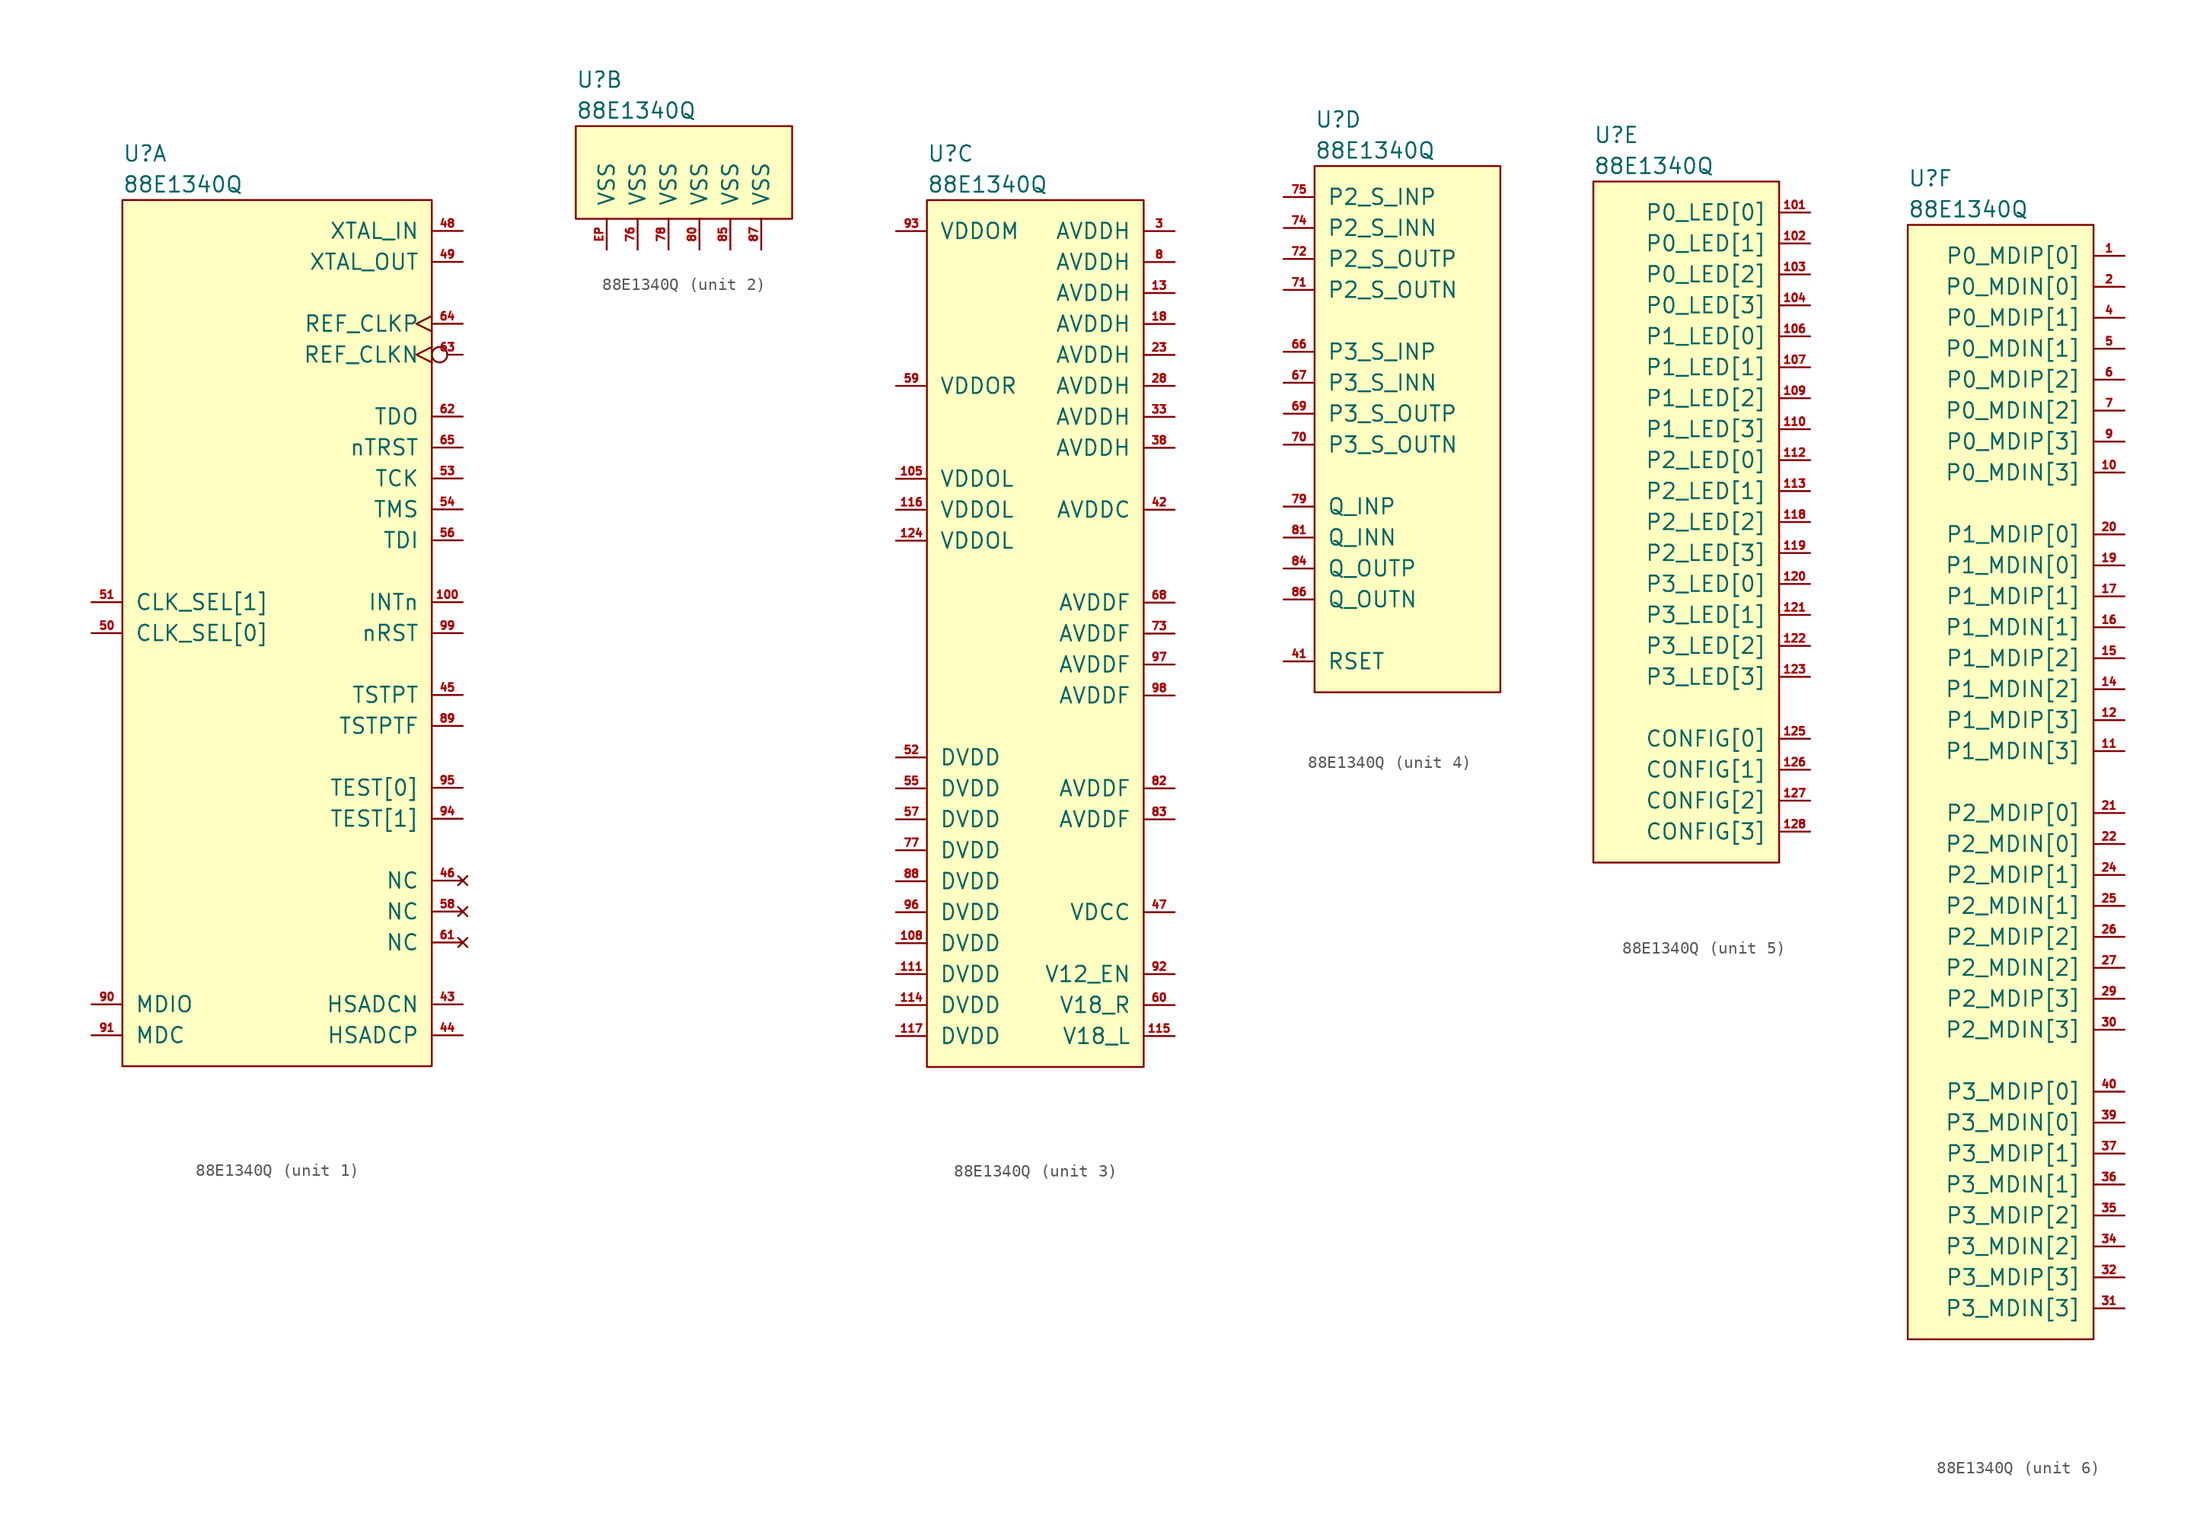
<source format=kicad_sym>
(kicad_symbol_lib
  (version 20211014)
  (generator kicad_symbol_editor)
  (symbol "88E1340Q"
    (pin_names
      (offset 1.016))
    (property "Reference" "U"
      (at 0 3.81 0)
      (effects (font (size 1.27 1.27)) (justify left)))
    (property "Value" "88E1340Q"
      (at 0 1.27 0)
      (effects (font (size 1.27 1.27)) (justify left)))
    (property "ki_locked" ""
      (at 0 0 0)
      (effects (font (size 1.27 1.27))))
    (symbol "88E1340Q_1_1"
      (rectangle (start 0 -71.12) (end 25.4 0) (stroke (width 0) (type default) (color 0 0 0 0)) (fill (type background)))
      (pin output line (at 27.94 -33.02 180) (length 2.54) (name "INTn" (effects (font (size 1.27 1.27)))) (number "100" (effects (font (size 0.635 0.635)))))
      (pin output line (at 27.94 -66.04 180) (length 2.54) (name "HSADCN" (effects (font (size 1.27 1.27)))) (number "43" (effects (font (size 0.635 0.635)))))
      (pin output line (at 27.94 -68.58 180) (length 2.54) (name "HSADCP" (effects (font (size 1.27 1.27)))) (number "44" (effects (font (size 0.635 0.635)))))
      (pin output line (at 27.94 -40.64 180) (length 2.54) (name "TSTPT" (effects (font (size 1.27 1.27)))) (number "45" (effects (font (size 0.635 0.635)))))
      (pin no_connect line (at 27.94 -55.88 180) (length 2.54) (name "NC" (effects (font (size 1.27 1.27)))) (number "46" (effects (font (size 0.635 0.635)))))
      (pin input line (at 27.94 -2.54 180) (length 2.54) (name "XTAL_IN" (effects (font (size 1.27 1.27)))) (number "48" (effects (font (size 0.635 0.635)))))
      (pin output line (at 27.94 -5.08 180) (length 2.54) (name "XTAL_OUT" (effects (font (size 1.27 1.27)))) (number "49" (effects (font (size 0.635 0.635)))))
      (pin input line (at -2.54 -35.56 0) (length 2.54) (name "CLK_SEL[0]" (effects (font (size 1.27 1.27)))) (number "50" (effects (font (size 0.635 0.635)))))
      (pin input line (at -2.54 -33.02 0) (length 2.54) (name "CLK_SEL[1]" (effects (font (size 1.27 1.27)))) (number "51" (effects (font (size 0.635 0.635)))))
      (pin input line (at 27.94 -22.86 180) (length 2.54) (name "TCK" (effects (font (size 1.27 1.27)))) (number "53" (effects (font (size 0.635 0.635)))))
      (pin input line (at 27.94 -25.4 180) (length 2.54) (name "TMS" (effects (font (size 1.27 1.27)))) (number "54" (effects (font (size 0.635 0.635)))))
      (pin input line (at 27.94 -27.94 180) (length 2.54) (name "TDI" (effects (font (size 1.27 1.27)))) (number "56" (effects (font (size 0.635 0.635)))))
      (pin no_connect line (at 27.94 -58.42 180) (length 2.54) (name "NC" (effects (font (size 1.27 1.27)))) (number "58" (effects (font (size 0.635 0.635)))))
      (pin no_connect line (at 27.94 -60.96 180) (length 2.54) (name "NC" (effects (font (size 1.27 1.27)))) (number "61" (effects (font (size 0.635 0.635)))))
      (pin output line (at 27.94 -17.78 180) (length 2.54) (name "TDO" (effects (font (size 1.27 1.27)))) (number "62" (effects (font (size 0.635 0.635)))))
      (pin input inverted_clock (at 27.94 -12.7 180) (length 2.54) (name "REF_CLKN" (effects (font (size 1.27 1.27)))) (number "63" (effects (font (size 0.635 0.635)))))
      (pin input clock (at 27.94 -10.16 180) (length 2.54) (name "REF_CLKP" (effects (font (size 1.27 1.27)))) (number "64" (effects (font (size 0.635 0.635)))))
      (pin input line (at 27.94 -20.32 180) (length 2.54) (name "nTRST" (effects (font (size 1.27 1.27)))) (number "65" (effects (font (size 0.635 0.635)))))
      (pin output line (at 27.94 -43.18 180) (length 2.54) (name "TSTPTF" (effects (font (size 1.27 1.27)))) (number "89" (effects (font (size 0.635 0.635)))))
      (pin bidirectional line (at -2.54 -66.04 0) (length 2.54) (name "MDIO" (effects (font (size 1.27 1.27)))) (number "90" (effects (font (size 0.635 0.635)))))
      (pin input line (at -2.54 -68.58 0) (length 2.54) (name "MDC" (effects (font (size 1.27 1.27)))) (number "91" (effects (font (size 0.635 0.635)))))
      (pin input line (at 27.94 -50.8 180) (length 2.54) (name "TEST[1]" (effects (font (size 1.27 1.27)))) (number "94" (effects (font (size 0.635 0.635)))))
      (pin input line (at 27.94 -48.26 180) (length 2.54) (name "TEST[0]" (effects (font (size 1.27 1.27)))) (number "95" (effects (font (size 0.635 0.635)))))
      (pin input line (at 27.94 -35.56 180) (length 2.54) (name "nRST" (effects (font (size 1.27 1.27)))) (number "99" (effects (font (size 0.635 0.635))))))
    (symbol "88E1340Q_2_1"
      (rectangle (start 0 0) (end 17.78 -7.62) (stroke (width 0) (type default) (color 0 0 0 0)) (fill (type background)))
      (pin power_in line (at 5.08 -10.16 90) (length 2.54) (name "VSS" (effects (font (size 1.27 1.27)))) (number "76" (effects (font (size 0.635 0.635)))))
      (pin power_in line (at 7.62 -10.16 90) (length 2.54) (name "VSS" (effects (font (size 1.27 1.27)))) (number "78" (effects (font (size 0.635 0.635)))))
      (pin power_in line (at 10.16 -10.16 90) (length 2.54) (name "VSS" (effects (font (size 1.27 1.27)))) (number "80" (effects (font (size 0.635 0.635)))))
      (pin power_in line (at 12.7 -10.16 90) (length 2.54) (name "VSS" (effects (font (size 1.27 1.27)))) (number "85" (effects (font (size 0.635 0.635)))))
      (pin power_in line (at 15.24 -10.16 90) (length 2.54) (name "VSS" (effects (font (size 1.27 1.27)))) (number "87" (effects (font (size 0.635 0.635)))))
      (pin power_in line (at 2.54 -10.16 90) (length 2.54) (name "VSS" (effects (font (size 1.27 1.27)))) (number "EP" (effects (font (size 0.635 0.635))))))
    (symbol "88E1340Q_3_1"
      (rectangle (start 0 0) (end 17.78 -71.12) (stroke (width 0) (type default) (color 0 0 0 0)) (fill (type background)))
      (pin power_in line (at -2.54 -22.86 0) (length 2.54) (name "VDDOL" (effects (font (size 1.27 1.27)))) (number "105" (effects (font (size 0.635 0.635)))))
      (pin power_in line (at -2.54 -60.96 0) (length 2.54) (name "DVDD" (effects (font (size 1.27 1.27)))) (number "108" (effects (font (size 0.635 0.635)))))
      (pin power_in line (at -2.54 -63.5 0) (length 2.54) (name "DVDD" (effects (font (size 1.27 1.27)))) (number "111" (effects (font (size 0.635 0.635)))))
      (pin power_in line (at -2.54 -66.04 0) (length 2.54) (name "DVDD" (effects (font (size 1.27 1.27)))) (number "114" (effects (font (size 0.635 0.635)))))
      (pin input line (at 20.32 -68.58 180) (length 2.54) (name "V18_L" (effects (font (size 1.27 1.27)))) (number "115" (effects (font (size 0.635 0.635)))))
      (pin power_in line (at -2.54 -25.4 0) (length 2.54) (name "VDDOL" (effects (font (size 1.27 1.27)))) (number "116" (effects (font (size 0.635 0.635)))))
      (pin power_in line (at -2.54 -68.58 0) (length 2.54) (name "DVDD" (effects (font (size 1.27 1.27)))) (number "117" (effects (font (size 0.635 0.635)))))
      (pin power_in line (at -2.54 -27.94 0) (length 2.54) (name "VDDOL" (effects (font (size 1.27 1.27)))) (number "124" (effects (font (size 0.635 0.635)))))
      (pin power_in line (at 20.32 -7.62 180) (length 2.54) (name "AVDDH" (effects (font (size 1.27 1.27)))) (number "13" (effects (font (size 0.635 0.635)))))
      (pin power_in line (at 20.32 -10.16 180) (length 2.54) (name "AVDDH" (effects (font (size 1.27 1.27)))) (number "18" (effects (font (size 0.635 0.635)))))
      (pin power_in line (at 20.32 -12.7 180) (length 2.54) (name "AVDDH" (effects (font (size 1.27 1.27)))) (number "23" (effects (font (size 0.635 0.635)))))
      (pin power_in line (at 20.32 -15.24 180) (length 2.54) (name "AVDDH" (effects (font (size 1.27 1.27)))) (number "28" (effects (font (size 0.635 0.635)))))
      (pin power_in line (at 20.32 -2.54 180) (length 2.54) (name "AVDDH" (effects (font (size 1.27 1.27)))) (number "3" (effects (font (size 0.635 0.635)))))
      (pin power_in line (at 20.32 -17.78 180) (length 2.54) (name "AVDDH" (effects (font (size 1.27 1.27)))) (number "33" (effects (font (size 0.635 0.635)))))
      (pin power_in line (at 20.32 -20.32 180) (length 2.54) (name "AVDDH" (effects (font (size 1.27 1.27)))) (number "38" (effects (font (size 0.635 0.635)))))
      (pin power_in line (at 20.32 -25.4 180) (length 2.54) (name "AVDDC" (effects (font (size 1.27 1.27)))) (number "42" (effects (font (size 0.635 0.635)))))
      (pin power_in line (at 20.32 -58.42 180) (length 2.54) (name "VDCC" (effects (font (size 1.27 1.27)))) (number "47" (effects (font (size 0.635 0.635)))))
      (pin power_in line (at -2.54 -45.72 0) (length 2.54) (name "DVDD" (effects (font (size 1.27 1.27)))) (number "52" (effects (font (size 0.635 0.635)))))
      (pin power_in line (at -2.54 -48.26 0) (length 2.54) (name "DVDD" (effects (font (size 1.27 1.27)))) (number "55" (effects (font (size 0.635 0.635)))))
      (pin power_in line (at -2.54 -50.8 0) (length 2.54) (name "DVDD" (effects (font (size 1.27 1.27)))) (number "57" (effects (font (size 0.635 0.635)))))
      (pin power_in line (at -2.54 -15.24 0) (length 2.54) (name "VDDOR" (effects (font (size 1.27 1.27)))) (number "59" (effects (font (size 0.635 0.635)))))
      (pin input line (at 20.32 -66.04 180) (length 2.54) (name "V18_R" (effects (font (size 1.27 1.27)))) (number "60" (effects (font (size 0.635 0.635)))))
      (pin power_in line (at 20.32 -33.02 180) (length 2.54) (name "AVDDF" (effects (font (size 1.27 1.27)))) (number "68" (effects (font (size 0.635 0.635)))))
      (pin power_in line (at 20.32 -35.56 180) (length 2.54) (name "AVDDF" (effects (font (size 1.27 1.27)))) (number "73" (effects (font (size 0.635 0.635)))))
      (pin power_in line (at -2.54 -53.34 0) (length 2.54) (name "DVDD" (effects (font (size 1.27 1.27)))) (number "77" (effects (font (size 0.635 0.635)))))
      (pin power_in line (at 20.32 -5.08 180) (length 2.54) (name "AVDDH" (effects (font (size 1.27 1.27)))) (number "8" (effects (font (size 0.635 0.635)))))
      (pin power_in line (at 20.32 -48.26 180) (length 2.54) (name "AVDDF" (effects (font (size 1.27 1.27)))) (number "82" (effects (font (size 0.635 0.635)))))
      (pin power_in line (at 20.32 -50.8 180) (length 2.54) (name "AVDDF" (effects (font (size 1.27 1.27)))) (number "83" (effects (font (size 0.635 0.635)))))
      (pin power_in line (at -2.54 -55.88 0) (length 2.54) (name "DVDD" (effects (font (size 1.27 1.27)))) (number "88" (effects (font (size 0.635 0.635)))))
      (pin input line (at 20.32 -63.5 180) (length 2.54) (name "V12_EN" (effects (font (size 1.27 1.27)))) (number "92" (effects (font (size 0.635 0.635)))))
      (pin power_in line (at -2.54 -2.54 0) (length 2.54) (name "VDDOM" (effects (font (size 1.27 1.27)))) (number "93" (effects (font (size 0.635 0.635)))))
      (pin power_in line (at -2.54 -58.42 0) (length 2.54) (name "DVDD" (effects (font (size 1.27 1.27)))) (number "96" (effects (font (size 0.635 0.635)))))
      (pin power_in line (at 20.32 -38.1 180) (length 2.54) (name "AVDDF" (effects (font (size 1.27 1.27)))) (number "97" (effects (font (size 0.635 0.635)))))
      (pin power_in line (at 20.32 -40.64 180) (length 2.54) (name "AVDDF" (effects (font (size 1.27 1.27)))) (number "98" (effects (font (size 0.635 0.635))))))
    (symbol "88E1340Q_4_1"
      (rectangle (start 0 0) (end 15.24 -43.18) (stroke (width 0) (type default) (color 0 0 0 0)) (fill (type background)))
      (pin input line (at -2.54 -40.64 0) (length 2.54) (name "RSET" (effects (font (size 1.27 1.27)))) (number "41" (effects (font (size 0.635 0.635)))))
      (pin input line (at -2.54 -15.24 0) (length 2.54) (name "P3_S_INP" (effects (font (size 1.27 1.27)))) (number "66" (effects (font (size 0.635 0.635)))))
      (pin input line (at -2.54 -17.78 0) (length 2.54) (name "P3_S_INN" (effects (font (size 1.27 1.27)))) (number "67" (effects (font (size 0.635 0.635)))))
      (pin output line (at -2.54 -20.32 0) (length 2.54) (name "P3_S_OUTP" (effects (font (size 1.27 1.27)))) (number "69" (effects (font (size 0.635 0.635)))))
      (pin output line (at -2.54 -22.86 0) (length 2.54) (name "P3_S_OUTN" (effects (font (size 1.27 1.27)))) (number "70" (effects (font (size 0.635 0.635)))))
      (pin output line (at -2.54 -10.16 0) (length 2.54) (name "P2_S_OUTN" (effects (font (size 1.27 1.27)))) (number "71" (effects (font (size 0.635 0.635)))))
      (pin output line (at -2.54 -7.62 0) (length 2.54) (name "P2_S_OUTP" (effects (font (size 1.27 1.27)))) (number "72" (effects (font (size 0.635 0.635)))))
      (pin input line (at -2.54 -5.08 0) (length 2.54) (name "P2_S_INN" (effects (font (size 1.27 1.27)))) (number "74" (effects (font (size 0.635 0.635)))))
      (pin input line (at -2.54 -2.54 0) (length 2.54) (name "P2_S_INP" (effects (font (size 1.27 1.27)))) (number "75" (effects (font (size 0.635 0.635)))))
      (pin input line (at -2.54 -27.94 0) (length 2.54) (name "Q_INP" (effects (font (size 1.27 1.27)))) (number "79" (effects (font (size 0.635 0.635)))))
      (pin input line (at -2.54 -30.48 0) (length 2.54) (name "Q_INN" (effects (font (size 1.27 1.27)))) (number "81" (effects (font (size 0.635 0.635)))))
      (pin output line (at -2.54 -33.02 0) (length 2.54) (name "Q_OUTP" (effects (font (size 1.27 1.27)))) (number "84" (effects (font (size 0.635 0.635)))))
      (pin output line (at -2.54 -35.56 0) (length 2.54) (name "Q_OUTN" (effects (font (size 1.27 1.27)))) (number "86" (effects (font (size 0.635 0.635))))))
    (symbol "88E1340Q_5_1"
      (rectangle (start 0 0) (end 15.24 -55.88) (stroke (width 0) (type default) (color 0 0 0 0)) (fill (type background)))
      (pin output line (at 17.78 -2.54 180) (length 2.54) (name "P0_LED[0]" (effects (font (size 1.27 1.27)))) (number "101" (effects (font (size 0.635 0.635)))))
      (pin output line (at 17.78 -5.08 180) (length 2.54) (name "P0_LED[1]" (effects (font (size 1.27 1.27)))) (number "102" (effects (font (size 0.635 0.635)))))
      (pin output line (at 17.78 -7.62 180) (length 2.54) (name "P0_LED[2]" (effects (font (size 1.27 1.27)))) (number "103" (effects (font (size 0.635 0.635)))))
      (pin output line (at 17.78 -10.16 180) (length 2.54) (name "P0_LED[3]" (effects (font (size 1.27 1.27)))) (number "104" (effects (font (size 0.635 0.635)))))
      (pin output line (at 17.78 -12.7 180) (length 2.54) (name "P1_LED[0]" (effects (font (size 1.27 1.27)))) (number "106" (effects (font (size 0.635 0.635)))))
      (pin output line (at 17.78 -15.24 180) (length 2.54) (name "P1_LED[1]" (effects (font (size 1.27 1.27)))) (number "107" (effects (font (size 0.635 0.635)))))
      (pin output line (at 17.78 -17.78 180) (length 2.54) (name "P1_LED[2]" (effects (font (size 1.27 1.27)))) (number "109" (effects (font (size 0.635 0.635)))))
      (pin output line (at 17.78 -20.32 180) (length 2.54) (name "P1_LED[3]" (effects (font (size 1.27 1.27)))) (number "110" (effects (font (size 0.635 0.635)))))
      (pin output line (at 17.78 -22.86 180) (length 2.54) (name "P2_LED[0]" (effects (font (size 1.27 1.27)))) (number "112" (effects (font (size 0.635 0.635)))))
      (pin output line (at 17.78 -25.4 180) (length 2.54) (name "P2_LED[1]" (effects (font (size 1.27 1.27)))) (number "113" (effects (font (size 0.635 0.635)))))
      (pin output line (at 17.78 -27.94 180) (length 2.54) (name "P2_LED[2]" (effects (font (size 1.27 1.27)))) (number "118" (effects (font (size 0.635 0.635)))))
      (pin output line (at 17.78 -30.48 180) (length 2.54) (name "P2_LED[3]" (effects (font (size 1.27 1.27)))) (number "119" (effects (font (size 0.635 0.635)))))
      (pin output line (at 17.78 -33.02 180) (length 2.54) (name "P3_LED[0]" (effects (font (size 1.27 1.27)))) (number "120" (effects (font (size 0.635 0.635)))))
      (pin output line (at 17.78 -35.56 180) (length 2.54) (name "P3_LED[1]" (effects (font (size 1.27 1.27)))) (number "121" (effects (font (size 0.635 0.635)))))
      (pin output line (at 17.78 -38.1 180) (length 2.54) (name "P3_LED[2]" (effects (font (size 1.27 1.27)))) (number "122" (effects (font (size 0.635 0.635)))))
      (pin output line (at 17.78 -40.64 180) (length 2.54) (name "P3_LED[3]" (effects (font (size 1.27 1.27)))) (number "123" (effects (font (size 0.635 0.635)))))
      (pin input line (at 17.78 -45.72 180) (length 2.54) (name "CONFIG[0]" (effects (font (size 1.27 1.27)))) (number "125" (effects (font (size 0.635 0.635)))))
      (pin input line (at 17.78 -48.26 180) (length 2.54) (name "CONFIG[1]" (effects (font (size 1.27 1.27)))) (number "126" (effects (font (size 0.635 0.635)))))
      (pin input line (at 17.78 -50.8 180) (length 2.54) (name "CONFIG[2]" (effects (font (size 1.27 1.27)))) (number "127" (effects (font (size 0.635 0.635)))))
      (pin input line (at 17.78 -53.34 180) (length 2.54) (name "CONFIG[3]" (effects (font (size 1.27 1.27)))) (number "128" (effects (font (size 0.635 0.635))))))
    (symbol "88E1340Q_6_1"
      (rectangle (start 0 0) (end 15.24 -91.44) (stroke (width 0) (type default) (color 0 0 0 0)) (fill (type background)))
      (pin bidirectional line (at 17.78 -2.54 180) (length 2.54) (name "P0_MDIP[0]" (effects (font (size 1.27 1.27)))) (number "1" (effects (font (size 0.635 0.635)))))
      (pin bidirectional line (at 17.78 -20.32 180) (length 2.54) (name "P0_MDIN[3]" (effects (font (size 1.27 1.27)))) (number "10" (effects (font (size 0.635 0.635)))))
      (pin bidirectional line (at 17.78 -43.18 180) (length 2.54) (name "P1_MDIN[3]" (effects (font (size 1.27 1.27)))) (number "11" (effects (font (size 0.635 0.635)))))
      (pin bidirectional line (at 17.78 -40.64 180) (length 2.54) (name "P1_MDIP[3]" (effects (font (size 1.27 1.27)))) (number "12" (effects (font (size 0.635 0.635)))))
      (pin bidirectional line (at 17.78 -38.1 180) (length 2.54) (name "P1_MDIN[2]" (effects (font (size 1.27 1.27)))) (number "14" (effects (font (size 0.635 0.635)))))
      (pin bidirectional line (at 17.78 -35.56 180) (length 2.54) (name "P1_MDIP[2]" (effects (font (size 1.27 1.27)))) (number "15" (effects (font (size 0.635 0.635)))))
      (pin bidirectional line (at 17.78 -33.02 180) (length 2.54) (name "P1_MDIN[1]" (effects (font (size 1.27 1.27)))) (number "16" (effects (font (size 0.635 0.635)))))
      (pin bidirectional line (at 17.78 -30.48 180) (length 2.54) (name "P1_MDIP[1]" (effects (font (size 1.27 1.27)))) (number "17" (effects (font (size 0.635 0.635)))))
      (pin bidirectional line (at 17.78 -27.94 180) (length 2.54) (name "P1_MDIN[0]" (effects (font (size 1.27 1.27)))) (number "19" (effects (font (size 0.635 0.635)))))
      (pin bidirectional line (at 17.78 -5.08 180) (length 2.54) (name "P0_MDIN[0]" (effects (font (size 1.27 1.27)))) (number "2" (effects (font (size 0.635 0.635)))))
      (pin bidirectional line (at 17.78 -25.4 180) (length 2.54) (name "P1_MDIP[0]" (effects (font (size 1.27 1.27)))) (number "20" (effects (font (size 0.635 0.635)))))
      (pin bidirectional line (at 17.78 -48.26 180) (length 2.54) (name "P2_MDIP[0]" (effects (font (size 1.27 1.27)))) (number "21" (effects (font (size 0.635 0.635)))))
      (pin bidirectional line (at 17.78 -50.8 180) (length 2.54) (name "P2_MDIN[0]" (effects (font (size 1.27 1.27)))) (number "22" (effects (font (size 0.635 0.635)))))
      (pin bidirectional line (at 17.78 -53.34 180) (length 2.54) (name "P2_MDIP[1]" (effects (font (size 1.27 1.27)))) (number "24" (effects (font (size 0.635 0.635)))))
      (pin bidirectional line (at 17.78 -55.88 180) (length 2.54) (name "P2_MDIN[1]" (effects (font (size 1.27 1.27)))) (number "25" (effects (font (size 0.635 0.635)))))
      (pin bidirectional line (at 17.78 -58.42 180) (length 2.54) (name "P2_MDIP[2]" (effects (font (size 1.27 1.27)))) (number "26" (effects (font (size 0.635 0.635)))))
      (pin bidirectional line (at 17.78 -60.96 180) (length 2.54) (name "P2_MDIN[2]" (effects (font (size 1.27 1.27)))) (number "27" (effects (font (size 0.635 0.635)))))
      (pin bidirectional line (at 17.78 -63.5 180) (length 2.54) (name "P2_MDIP[3]" (effects (font (size 1.27 1.27)))) (number "29" (effects (font (size 0.635 0.635)))))
      (pin bidirectional line (at 17.78 -66.04 180) (length 2.54) (name "P2_MDIN[3]" (effects (font (size 1.27 1.27)))) (number "30" (effects (font (size 0.635 0.635)))))
      (pin bidirectional line (at 17.78 -88.9 180) (length 2.54) (name "P3_MDIN[3]" (effects (font (size 1.27 1.27)))) (number "31" (effects (font (size 0.635 0.635)))))
      (pin bidirectional line (at 17.78 -86.36 180) (length 2.54) (name "P3_MDIP[3]" (effects (font (size 1.27 1.27)))) (number "32" (effects (font (size 0.635 0.635)))))
      (pin bidirectional line (at 17.78 -83.82 180) (length 2.54) (name "P3_MDIN[2]" (effects (font (size 1.27 1.27)))) (number "34" (effects (font (size 0.635 0.635)))))
      (pin bidirectional line (at 17.78 -81.28 180) (length 2.54) (name "P3_MDIP[2]" (effects (font (size 1.27 1.27)))) (number "35" (effects (font (size 0.635 0.635)))))
      (pin bidirectional line (at 17.78 -78.74 180) (length 2.54) (name "P3_MDIN[1]" (effects (font (size 1.27 1.27)))) (number "36" (effects (font (size 0.635 0.635)))))
      (pin bidirectional line (at 17.78 -76.2 180) (length 2.54) (name "P3_MDIP[1]" (effects (font (size 1.27 1.27)))) (number "37" (effects (font (size 0.635 0.635)))))
      (pin bidirectional line (at 17.78 -73.66 180) (length 2.54) (name "P3_MDIN[0]" (effects (font (size 1.27 1.27)))) (number "39" (effects (font (size 0.635 0.635)))))
      (pin bidirectional line (at 17.78 -7.62 180) (length 2.54) (name "P0_MDIP[1]" (effects (font (size 1.27 1.27)))) (number "4" (effects (font (size 0.635 0.635)))))
      (pin bidirectional line (at 17.78 -71.12 180) (length 2.54) (name "P3_MDIP[0]" (effects (font (size 1.27 1.27)))) (number "40" (effects (font (size 0.635 0.635)))))
      (pin bidirectional line (at 17.78 -10.16 180) (length 2.54) (name "P0_MDIN[1]" (effects (font (size 1.27 1.27)))) (number "5" (effects (font (size 0.635 0.635)))))
      (pin bidirectional line (at 17.78 -12.7 180) (length 2.54) (name "P0_MDIP[2]" (effects (font (size 1.27 1.27)))) (number "6" (effects (font (size 0.635 0.635)))))
      (pin bidirectional line (at 17.78 -15.24 180) (length 2.54) (name "P0_MDIN[2]" (effects (font (size 1.27 1.27)))) (number "7" (effects (font (size 0.635 0.635)))))
      (pin bidirectional line (at 17.78 -17.78 180) (length 2.54) (name "P0_MDIP[3]" (effects (font (size 1.27 1.27)))) (number "9" (effects (font (size 0.635 0.635))))))))
</source>
